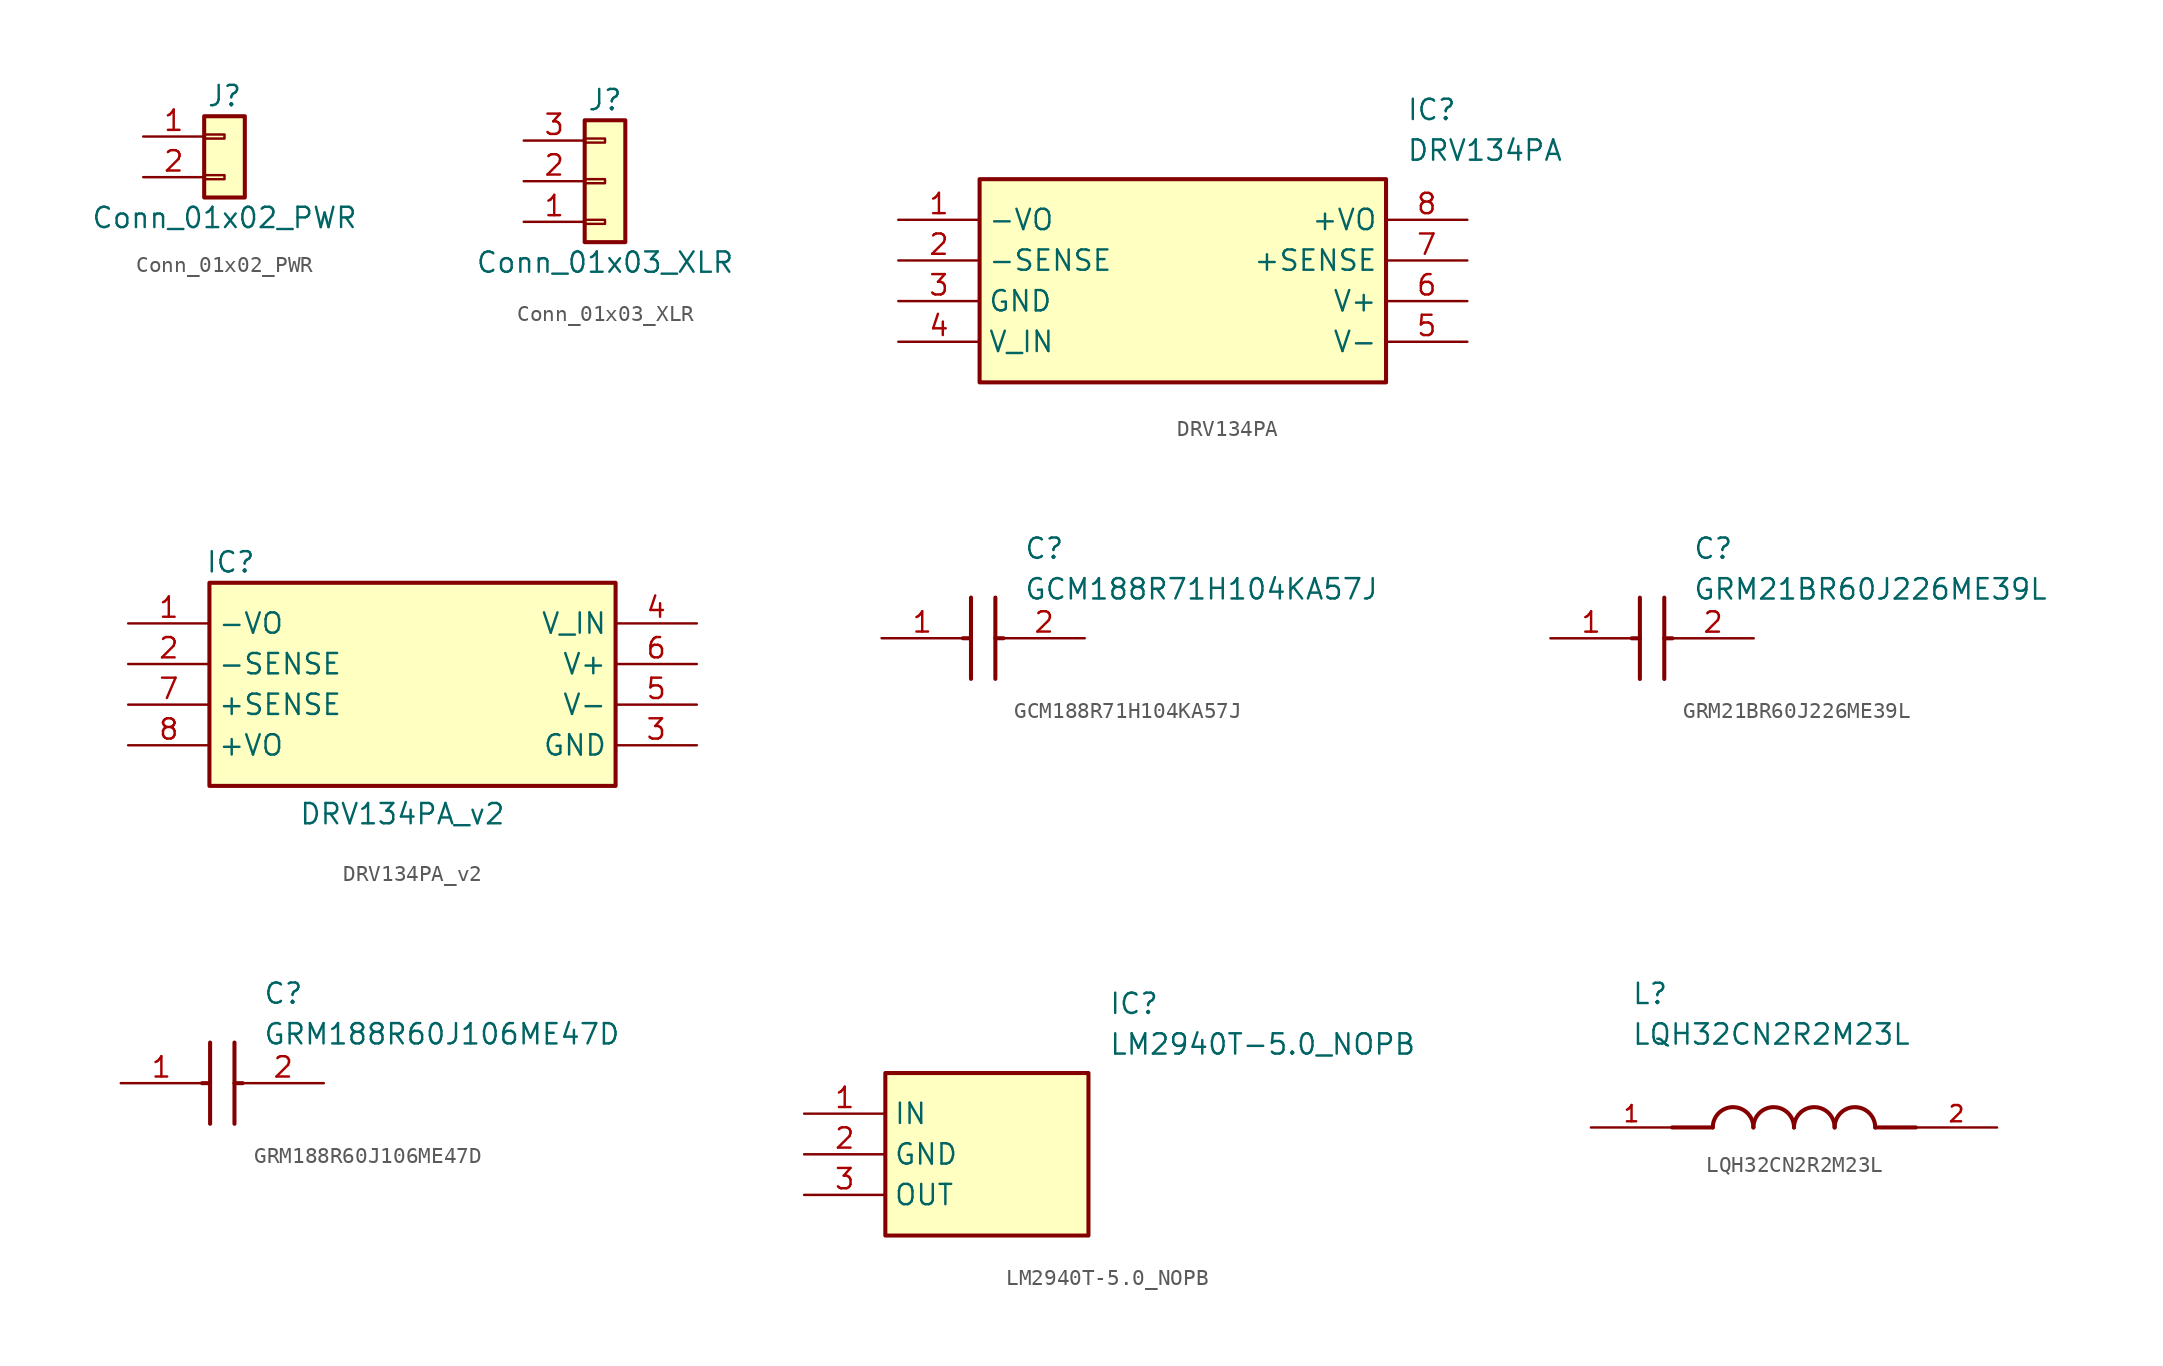
<source format=kicad_sym>
(kicad_symbol_lib
  (version 20241209)
  (generator "kicad_symbol_editor")
  (generator_version "9.0")
  (symbol "Conn_01x02_PWR"
    (pin_names
      (offset 1.016)
      (hide yes))
    (property "Reference" "J"
      (at 0 2.54 0)
      (effects (font (size 1.27 1.27))))
    (property "Value" "Conn_01x02_PWR"
      (at 0 -5.08 0)
      (effects (font (size 1.27 1.27))))
    (symbol "Conn_01x02_PWR_1_1"
      (rectangle (start -1.27 1.27) (end 1.27 -3.81) (stroke (width 0.254) (type default)) (fill (type background)))
      (rectangle (start -1.27 0.127) (end 0 -0.127) (stroke (width 0.152) (type default)) (fill (type none)))
      (rectangle (start -1.27 -2.413) (end 0 -2.667) (stroke (width 0.152) (type default)) (fill (type none)))
      (pin power_in line (at -5.08 0 0) (length 3.81) (name "Pin_1" (effects (font (size 1.27 1.27)))) (number "1" (effects (font (size 1.27 1.27)))))
      (pin power_in line (at -5.08 -2.54 0) (length 3.81) (name "Pin_2" (effects (font (size 1.27 1.27)))) (number "2" (effects (font (size 1.27 1.27)))))))
  (symbol "Conn_01x03_XLR"
    (pin_names
      (offset 1.016)
      (hide yes))
    (property "Reference" "J"
      (at 0 5.08 0)
      (effects (font (size 1.27 1.27))))
    (property "Value" "Conn_01x03_XLR"
      (at 0 -5.08 0)
      (effects (font (size 1.27 1.27))))
    (symbol "Conn_01x03_XLR_1_1"
      (rectangle (start -1.27 3.81) (end 1.27 -3.81) (stroke (width 0.254) (type default)) (fill (type background)))
      (rectangle (start -1.27 2.667) (end 0 2.413) (stroke (width 0.152) (type default)) (fill (type none)))
      (rectangle (start -1.27 0.127) (end 0 -0.127) (stroke (width 0.152) (type default)) (fill (type none)))
      (rectangle (start -1.27 -2.413) (end 0 -2.667) (stroke (width 0.152) (type default)) (fill (type none)))
      (pin passive line (at -5.08 2.54 0) (length 3.81) (name "Pin_3" (effects (font (size 1.27 1.27)))) (number "3" (effects (font (size 1.27 1.27)))))
      (pin passive line (at -5.08 0 0) (length 3.81) (name "Pin_2" (effects (font (size 1.27 1.27)))) (number "2" (effects (font (size 1.27 1.27)))))
      (pin passive line (at -5.08 -2.54 0) (length 3.81) (name "Pin_1" (effects (font (size 1.27 1.27)))) (number "1" (effects (font (size 1.27 1.27)))))))
  (symbol "DRV134PA"
    (property "Reference" "IC"
      (at 31.75 7.62 0)
      (effects (font (size 1.27 1.27)) (justify left top)))
    (property "Value" "DRV134PA"
      (at 31.75 5.08 0)
      (effects (font (size 1.27 1.27)) (justify left top)))
    (symbol "DRV134PA_1_1"
      (rectangle (start 5.08 2.54) (end 30.48 -10.16) (stroke (width 0.254) (type default)) (fill (type background)))
      (pin passive line (at 0 0 0) (length 5.08) (name "-VO" (effects (font (size 1.27 1.27)))) (number "1" (effects (font (size 1.27 1.27)))))
      (pin passive line (at 0 -2.54 0) (length 5.08) (name "-SENSE" (effects (font (size 1.27 1.27)))) (number "2" (effects (font (size 1.27 1.27)))))
      (pin passive line (at 0 -5.08 0) (length 5.08) (name "GND" (effects (font (size 1.27 1.27)))) (number "3" (effects (font (size 1.27 1.27)))))
      (pin passive line (at 0 -7.62 0) (length 5.08) (name "V_IN" (effects (font (size 1.27 1.27)))) (number "4" (effects (font (size 1.27 1.27)))))
      (pin passive line (at 35.56 0 180) (length 5.08) (name "+VO" (effects (font (size 1.27 1.27)))) (number "8" (effects (font (size 1.27 1.27)))))
      (pin passive line (at 35.56 -2.54 180) (length 5.08) (name "+SENSE" (effects (font (size 1.27 1.27)))) (number "7" (effects (font (size 1.27 1.27)))))
      (pin passive line (at 35.56 -5.08 180) (length 5.08) (name "V+" (effects (font (size 1.27 1.27)))) (number "6" (effects (font (size 1.27 1.27)))))
      (pin passive line (at 35.56 -7.62 180) (length 5.08) (name "V-" (effects (font (size 1.27 1.27)))) (number "5" (effects (font (size 1.27 1.27)))))))
  (symbol "DRV134PA_v2"
    (property "Reference" "IC"
      (at 4.826 4.572 0)
      (effects (font (size 1.27 1.27)) (justify left top)))
    (property "Value" "DRV134PA_v2"
      (at 10.668 -11.176 0)
      (effects (font (size 1.27 1.27)) (justify left top)))
    (symbol "DRV134PA_v2_1_1"
      (rectangle (start 5.08 2.54) (end 30.48 -10.16) (stroke (width 0.254) (type default)) (fill (type background)))
      (pin passive line (at 0 0 0) (length 5.08) (name "-VO" (effects (font (size 1.27 1.27)))) (number "1" (effects (font (size 1.27 1.27)))))
      (pin passive line (at 0 -2.54 0) (length 5.08) (name "-SENSE" (effects (font (size 1.27 1.27)))) (number "2" (effects (font (size 1.27 1.27)))))
      (pin passive line (at 0 -5.08 0) (length 5.08) (name "+SENSE" (effects (font (size 1.27 1.27)))) (number "7" (effects (font (size 1.27 1.27)))))
      (pin passive line (at 0 -7.62 0) (length 5.08) (name "+VO" (effects (font (size 1.27 1.27)))) (number "8" (effects (font (size 1.27 1.27)))))
      (pin passive line (at 35.56 0 180) (length 5.08) (name "V_IN" (effects (font (size 1.27 1.27)))) (number "4" (effects (font (size 1.27 1.27)))))
      (pin passive line (at 35.56 -2.54 180) (length 5.08) (name "V+" (effects (font (size 1.27 1.27)))) (number "6" (effects (font (size 1.27 1.27)))))
      (pin passive line (at 35.56 -5.08 180) (length 5.08) (name "V-" (effects (font (size 1.27 1.27)))) (number "5" (effects (font (size 1.27 1.27)))))
      (pin passive line (at 35.56 -7.62 180) (length 5.08) (name "GND" (effects (font (size 1.27 1.27)))) (number "3" (effects (font (size 1.27 1.27)))))))
  (symbol "GCM188R71H104KA57J"
    (pin_names
      (hide yes))
    (property "Reference" "C"
      (at 8.89 6.35 0)
      (effects (font (size 1.27 1.27)) (justify left top)))
    (property "Value" "GCM188R71H104KA57J"
      (at 8.89 3.81 0)
      (effects (font (size 1.27 1.27)) (justify left top)))
    (symbol "GCM188R71H104KA57J_1_1"
      (polyline (pts (xy 5.08 0) (xy 5.588 0)) (stroke (width 0.254) (type default)) (fill (type none)))
      (polyline (pts (xy 5.588 2.54) (xy 5.588 -2.54)) (stroke (width 0.254) (type default)) (fill (type none)))
      (polyline (pts (xy 7.112 2.54) (xy 7.112 -2.54)) (stroke (width 0.254) (type default)) (fill (type none)))
      (polyline (pts (xy 7.112 0) (xy 7.62 0)) (stroke (width 0.254) (type default)) (fill (type none)))
      (pin passive line (at 0 0 0) (length 5.08) (name "1" (effects (font (size 1.27 1.27)))) (number "1" (effects (font (size 1.27 1.27)))))
      (pin passive line (at 12.7 0 180) (length 5.08) (name "2" (effects (font (size 1.27 1.27)))) (number "2" (effects (font (size 1.27 1.27)))))))
  (symbol "GRM21BR60J226ME39L"
    (pin_names
      (hide yes))
    (property "Reference" "C"
      (at 8.89 6.35 0)
      (effects (font (size 1.27 1.27)) (justify left top)))
    (property "Value" "GRM21BR60J226ME39L"
      (at 8.89 3.81 0)
      (effects (font (size 1.27 1.27)) (justify left top)))
    (symbol "GRM21BR60J226ME39L_1_1"
      (polyline (pts (xy 5.08 0) (xy 5.588 0)) (stroke (width 0.254) (type default)) (fill (type none)))
      (polyline (pts (xy 5.588 2.54) (xy 5.588 -2.54)) (stroke (width 0.254) (type default)) (fill (type none)))
      (polyline (pts (xy 7.112 2.54) (xy 7.112 -2.54)) (stroke (width 0.254) (type default)) (fill (type none)))
      (polyline (pts (xy 7.112 0) (xy 7.62 0)) (stroke (width 0.254) (type default)) (fill (type none)))
      (pin passive line (at 0 0 0) (length 5.08) (name "1" (effects (font (size 1.27 1.27)))) (number "1" (effects (font (size 1.27 1.27)))))
      (pin passive line (at 12.7 0 180) (length 5.08) (name "2" (effects (font (size 1.27 1.27)))) (number "2" (effects (font (size 1.27 1.27)))))))
  (symbol "GRM188R60J106ME47D"
    (pin_names
      (hide yes))
    (property "Reference" "C"
      (at 8.89 6.35 0)
      (effects (font (size 1.27 1.27)) (justify left top)))
    (property "Value" "GRM188R60J106ME47D"
      (at 8.89 3.81 0)
      (effects (font (size 1.27 1.27)) (justify left top)))
    (symbol "GRM188R60J106ME47D_1_1"
      (polyline (pts (xy 5.08 0) (xy 5.588 0)) (stroke (width 0.254) (type default)) (fill (type none)))
      (polyline (pts (xy 5.588 2.54) (xy 5.588 -2.54)) (stroke (width 0.254) (type default)) (fill (type none)))
      (polyline (pts (xy 7.112 2.54) (xy 7.112 -2.54)) (stroke (width 0.254) (type default)) (fill (type none)))
      (polyline (pts (xy 7.112 0) (xy 7.62 0)) (stroke (width 0.254) (type default)) (fill (type none)))
      (pin passive line (at 0 0 0) (length 5.08) (name "1" (effects (font (size 1.27 1.27)))) (number "1" (effects (font (size 1.27 1.27)))))
      (pin passive line (at 12.7 0 180) (length 5.08) (name "2" (effects (font (size 1.27 1.27)))) (number "2" (effects (font (size 1.27 1.27)))))))
  (symbol "LM2940T-5.0_NOPB"
    (property "Reference" "IC"
      (at 19.05 7.62 0)
      (effects (font (size 1.27 1.27)) (justify left top)))
    (property "Value" "LM2940T-5.0_NOPB"
      (at 19.05 5.08 0)
      (effects (font (size 1.27 1.27)) (justify left top)))
    (symbol "LM2940T-5.0_NOPB_1_1"
      (rectangle (start 5.08 2.54) (end 17.78 -7.62) (stroke (width 0.254) (type default)) (fill (type background)))
      (pin passive line (at 0 0 0) (length 5.08) (name "IN" (effects (font (size 1.27 1.27)))) (number "1" (effects (font (size 1.27 1.27)))))
      (pin passive line (at 0 -2.54 0) (length 5.08) (name "GND" (effects (font (size 1.27 1.27)))) (number "2" (effects (font (size 1.27 1.27)))))
      (pin passive line (at 0 -5.08 0) (length 5.08) (name "OUT" (effects (font (size 1.27 1.27)))) (number "3" (effects (font (size 1.27 1.27)))))))
  (symbol "LQH32CN2R2M23L"
    (pin_names
      (offset 1.016))
    (property "Reference" "L"
      (at -10.16 7.62 0)
      (effects (font (size 1.27 1.27)) (justify left bottom)))
    (property "Value" "LQH32CN2R2M23L"
      (at -10.16 5.08 0)
      (effects (font (size 1.27 1.27)) (justify left bottom)))
    (symbol "LQH32CN2R2M23L_0_0"
      (polyline (pts (xy -5.08 0) (xy -7.62 0)) (stroke (width 0.254) (type default)) (fill (type none)))
      (arc (start -5.08 0) (mid -3.81 1.2645) (end -2.54 0) (stroke (width 0.254) (type default)) (fill (type none)))
      (arc (start -2.54 0) (mid -1.27 1.2645) (end 0 0) (stroke (width 0.254) (type default)) (fill (type none)))
      (arc (start 0 0) (mid 1.27 1.2645) (end 2.54 0) (stroke (width 0.254) (type default)) (fill (type none)))
      (arc (start 2.54 0) (mid 3.81 1.2645) (end 5.08 0) (stroke (width 0.254) (type default)) (fill (type none)))
      (polyline (pts (xy 5.08 0) (xy 7.62 0)) (stroke (width 0.254) (type default)) (fill (type none)))
      (pin passive line (at -12.7 0 0) (length 5.08) (name "~" (effects (font (size 1.016 1.016)))) (number "1" (effects (font (size 1.016 1.016)))))
      (pin passive line (at 12.7 0 180) (length 5.08) (name "~" (effects (font (size 1.016 1.016)))) (number "2" (effects (font (size 1.016 1.016))))))))
</source>
